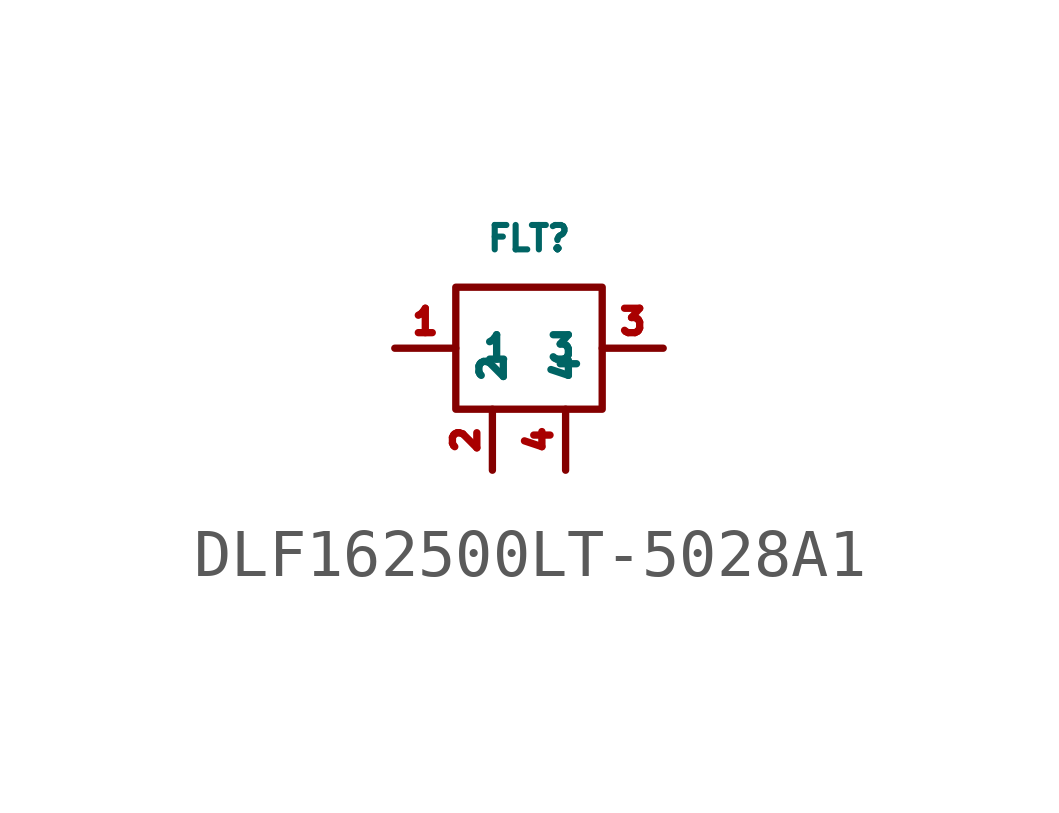
<source format=kicad_sym>
(kicad_symbol_lib
  (version 20211014)
  (generator kicad_symbol_editor)
  (symbol "DLF162500LT-5028A1"
    (property "Reference" "FLT"
      (at 0 2.286 0)
      (effects (font (size 0.508 0.508))))
    (symbol "DLF162500LT-5028A1_0_1"
      (polyline (pts (xy -1.524 1.27) (xy 1.524 1.27) (xy 1.524 -1.27) (xy -1.524 -1.27) (xy -1.524 1.27)) (stroke (width 0) (type default) (color 0 0 0 0)) (fill (type none))))
    (symbol "DLF162500LT-5028A1_1_1"
      (pin input line (at -2.794 0 0) (length 1.27) (name "1" (effects (font (size 0.508 0.508)))) (number "1" (effects (font (size 0.508 0.508)))))
      (pin input line (at -0.762 -2.54 90) (length 1.27) (name "2" (effects (font (size 0.508 0.508)))) (number "2" (effects (font (size 0.508 0.508)))))
      (pin input line (at 2.794 0 180) (length 1.27) (name "3" (effects (font (size 0.508 0.508)))) (number "3" (effects (font (size 0.508 0.508)))))
      (pin input line (at 0.762 -2.54 90) (length 1.27) (name "4" (effects (font (size 0.508 0.508)))) (number "4" (effects (font (size 0.508 0.508))))))))
</source>
